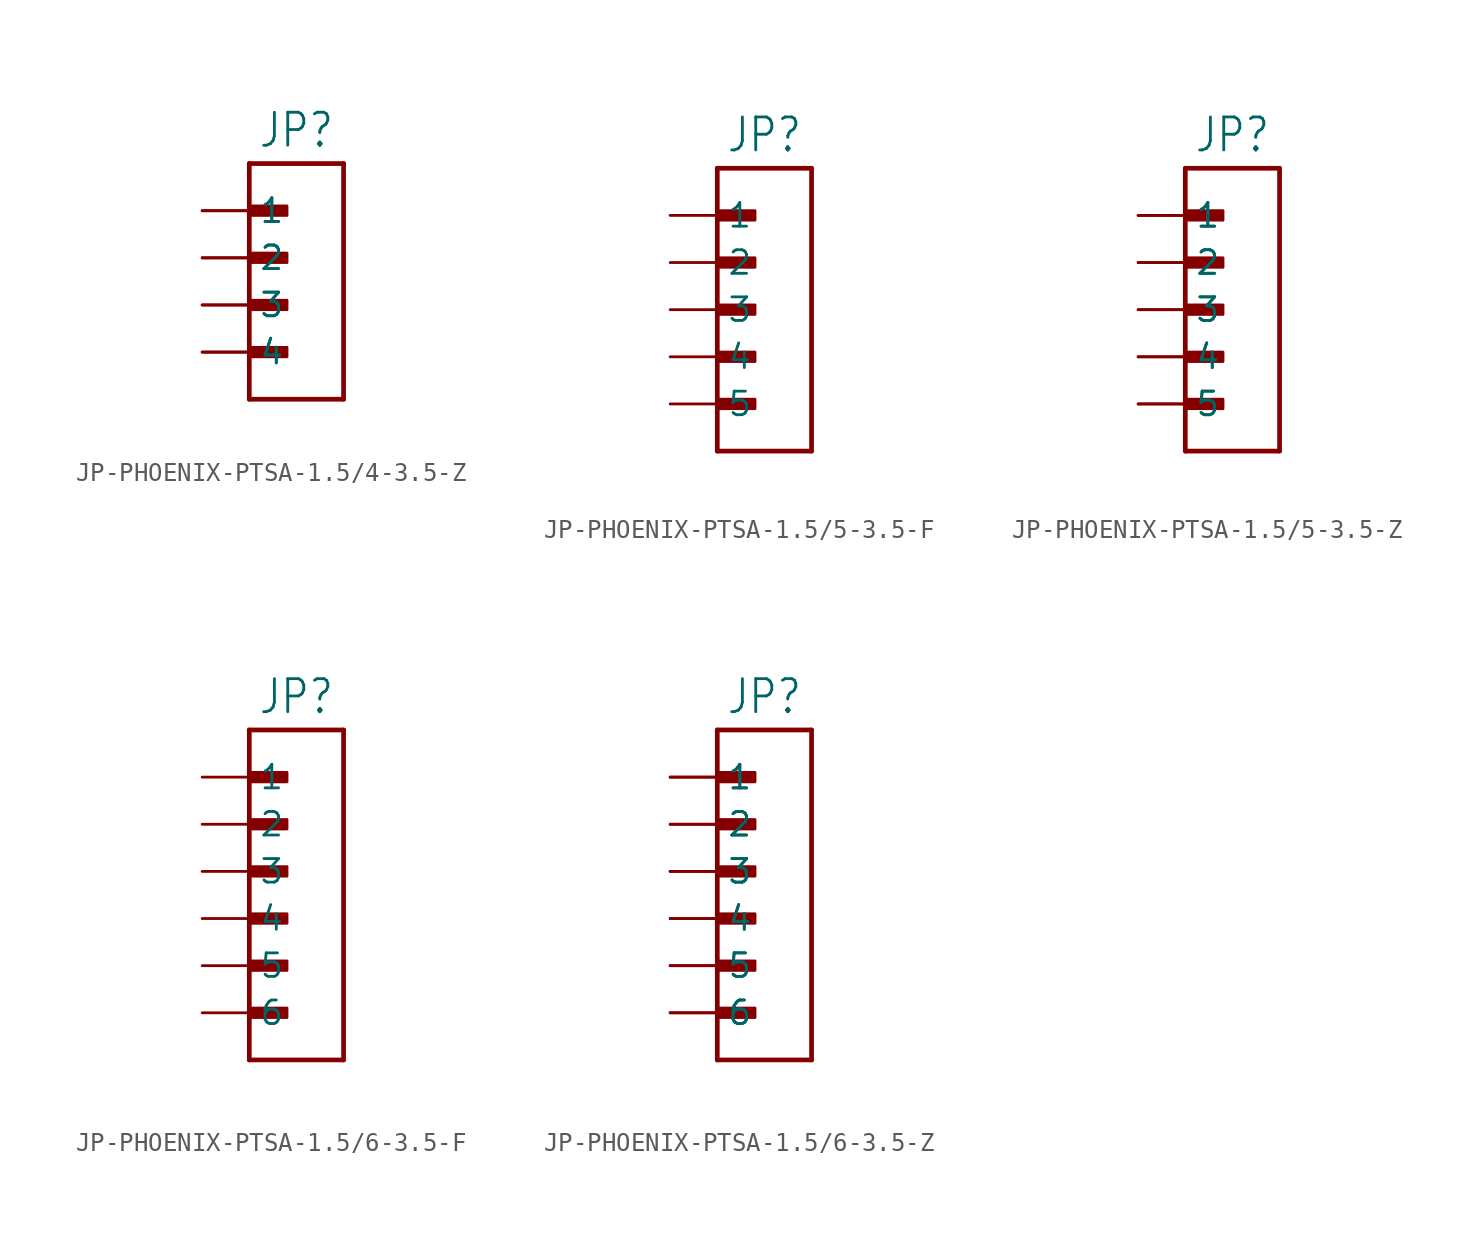
<source format=kicad_sym>
(kicad_symbol_lib
  (version 20231120)
  (generator "kicad_symbol_editor")
  (generator_version "8.0")
  (symbol "JP-PHOENIX-PTSA-1.5/4-3.5-Z"
    (property "Reference" "JP"
      (at 0 8.382 0)
      (effects (font (size 1.778 1.511)) (justify bottom)))
    (property "Value" ""
      (at 0 -5.842 0)
      (effects (font (size 1.778 1.511)) (justify top)))
    (property "ki_locked" ""
      (at 0 0 0)
      (effects (font (size 1.27 1.27))))
    (symbol "JP-PHOENIX-PTSA-1.5/4-3.5-Z_1_0"
      (rectangle (start -2.54 -2.794) (end -0.508 -2.286) (stroke (width 0) (type default)) (fill (type outline)))
      (rectangle (start -2.54 -0.254) (end -0.508 0.254) (stroke (width 0) (type default)) (fill (type outline)))
      (rectangle (start -2.54 2.286) (end -0.508 2.794) (stroke (width 0) (type default)) (fill (type outline)))
      (rectangle (start -2.54 4.826) (end -0.508 5.334) (stroke (width 0) (type default)) (fill (type outline)))
      (polyline (pts (xy -2.54 -5.08) (xy -2.54 7.62)) (stroke (width 0.254) (type solid)) (fill (type none)))
      (polyline (pts (xy -2.54 7.62) (xy 2.54 7.62)) (stroke (width 0.254) (type solid)) (fill (type none)))
      (polyline (pts (xy 2.54 -5.08) (xy -2.54 -5.08)) (stroke (width 0.254) (type solid)) (fill (type none)))
      (polyline (pts (xy 2.54 7.62) (xy 2.54 -5.08)) (stroke (width 0.254) (type solid)) (fill (type none)))
      (pin passive line (at -5.08 5.08 0) (length 2.54) (name "1" (effects (font (size 1.27 1.27)))) (number "1A" (effects (font (size 0 0)))))
      (pin passive line (at -5.08 5.08 0) (length 2.54) (name "1" (effects (font (size 1.27 1.27)))) (number "1B" (effects (font (size 0 0)))))
      (pin passive line (at -5.08 2.54 0) (length 2.54) (name "2" (effects (font (size 1.27 1.27)))) (number "2A" (effects (font (size 0 0)))))
      (pin passive line (at -5.08 2.54 0) (length 2.54) (name "2" (effects (font (size 1.27 1.27)))) (number "2B" (effects (font (size 0 0)))))
      (pin passive line (at -5.08 0 0) (length 2.54) (name "3" (effects (font (size 1.27 1.27)))) (number "3A" (effects (font (size 0 0)))))
      (pin passive line (at -5.08 0 0) (length 2.54) (name "3" (effects (font (size 1.27 1.27)))) (number "3B" (effects (font (size 0 0)))))
      (pin passive line (at -5.08 -2.54 0) (length 2.54) (name "4" (effects (font (size 1.27 1.27)))) (number "4A" (effects (font (size 0 0)))))
      (pin passive line (at -5.08 -2.54 0) (length 2.54) (name "4" (effects (font (size 1.27 1.27)))) (number "4B" (effects (font (size 0 0)))))))
  (symbol "JP-PHOENIX-PTSA-1.5/5-3.5-F"
    (property "Reference" "JP"
      (at 0 8.382 0)
      (effects (font (size 1.778 1.511)) (justify bottom)))
    (property "Value" ""
      (at 0 -8.382 0)
      (effects (font (size 1.778 1.511)) (justify top)))
    (property "ki_locked" ""
      (at 0 0 0)
      (effects (font (size 1.27 1.27))))
    (symbol "JP-PHOENIX-PTSA-1.5/5-3.5-F_1_0"
      (rectangle (start -2.54 -5.334) (end -0.508 -4.826) (stroke (width 0) (type default)) (fill (type outline)))
      (rectangle (start -2.54 -2.794) (end -0.508 -2.286) (stroke (width 0) (type default)) (fill (type outline)))
      (rectangle (start -2.54 -0.254) (end -0.508 0.254) (stroke (width 0) (type default)) (fill (type outline)))
      (rectangle (start -2.54 2.286) (end -0.508 2.794) (stroke (width 0) (type default)) (fill (type outline)))
      (rectangle (start -2.54 4.826) (end -0.508 5.334) (stroke (width 0) (type default)) (fill (type outline)))
      (polyline (pts (xy -2.54 -7.62) (xy -2.54 7.62)) (stroke (width 0.254) (type solid)) (fill (type none)))
      (polyline (pts (xy -2.54 7.62) (xy 2.54 7.62)) (stroke (width 0.254) (type solid)) (fill (type none)))
      (polyline (pts (xy 2.54 -7.62) (xy -2.54 -7.62)) (stroke (width 0.254) (type solid)) (fill (type none)))
      (polyline (pts (xy 2.54 7.62) (xy 2.54 -7.62)) (stroke (width 0.254) (type solid)) (fill (type none)))
      (pin passive line (at -5.08 5.08 0) (length 2.54) (name "1" (effects (font (size 1.27 1.27)))) (number "1" (effects (font (size 0 0)))))
      (pin passive line (at -5.08 2.54 0) (length 2.54) (name "2" (effects (font (size 1.27 1.27)))) (number "2" (effects (font (size 0 0)))))
      (pin passive line (at -5.08 0 0) (length 2.54) (name "3" (effects (font (size 1.27 1.27)))) (number "3" (effects (font (size 0 0)))))
      (pin passive line (at -5.08 -2.54 0) (length 2.54) (name "4" (effects (font (size 1.27 1.27)))) (number "4" (effects (font (size 0 0)))))
      (pin passive line (at -5.08 -5.08 0) (length 2.54) (name "5" (effects (font (size 1.27 1.27)))) (number "5" (effects (font (size 0 0)))))))
  (symbol "JP-PHOENIX-PTSA-1.5/5-3.5-Z"
    (property "Reference" "JP"
      (at 0 8.382 0)
      (effects (font (size 1.778 1.511)) (justify bottom)))
    (property "Value" ""
      (at 0 -8.382 0)
      (effects (font (size 1.778 1.511)) (justify top)))
    (property "ki_locked" ""
      (at 0 0 0)
      (effects (font (size 1.27 1.27))))
    (symbol "JP-PHOENIX-PTSA-1.5/5-3.5-Z_1_0"
      (rectangle (start -2.54 -5.334) (end -0.508 -4.826) (stroke (width 0) (type default)) (fill (type outline)))
      (rectangle (start -2.54 -2.794) (end -0.508 -2.286) (stroke (width 0) (type default)) (fill (type outline)))
      (rectangle (start -2.54 -0.254) (end -0.508 0.254) (stroke (width 0) (type default)) (fill (type outline)))
      (rectangle (start -2.54 2.286) (end -0.508 2.794) (stroke (width 0) (type default)) (fill (type outline)))
      (rectangle (start -2.54 4.826) (end -0.508 5.334) (stroke (width 0) (type default)) (fill (type outline)))
      (polyline (pts (xy -2.54 -7.62) (xy -2.54 7.62)) (stroke (width 0.254) (type solid)) (fill (type none)))
      (polyline (pts (xy -2.54 7.62) (xy 2.54 7.62)) (stroke (width 0.254) (type solid)) (fill (type none)))
      (polyline (pts (xy 2.54 -7.62) (xy -2.54 -7.62)) (stroke (width 0.254) (type solid)) (fill (type none)))
      (polyline (pts (xy 2.54 7.62) (xy 2.54 -7.62)) (stroke (width 0.254) (type solid)) (fill (type none)))
      (pin passive line (at -5.08 5.08 0) (length 2.54) (name "1" (effects (font (size 1.27 1.27)))) (number "1A" (effects (font (size 0 0)))))
      (pin passive line (at -5.08 5.08 0) (length 2.54) (name "1" (effects (font (size 1.27 1.27)))) (number "1B" (effects (font (size 0 0)))))
      (pin passive line (at -5.08 2.54 0) (length 2.54) (name "2" (effects (font (size 1.27 1.27)))) (number "2A" (effects (font (size 0 0)))))
      (pin passive line (at -5.08 2.54 0) (length 2.54) (name "2" (effects (font (size 1.27 1.27)))) (number "2B" (effects (font (size 0 0)))))
      (pin passive line (at -5.08 0 0) (length 2.54) (name "3" (effects (font (size 1.27 1.27)))) (number "3A" (effects (font (size 0 0)))))
      (pin passive line (at -5.08 0 0) (length 2.54) (name "3" (effects (font (size 1.27 1.27)))) (number "3B" (effects (font (size 0 0)))))
      (pin passive line (at -5.08 -2.54 0) (length 2.54) (name "4" (effects (font (size 1.27 1.27)))) (number "4A" (effects (font (size 0 0)))))
      (pin passive line (at -5.08 -2.54 0) (length 2.54) (name "4" (effects (font (size 1.27 1.27)))) (number "4B" (effects (font (size 0 0)))))
      (pin passive line (at -5.08 -5.08 0) (length 2.54) (name "5" (effects (font (size 1.27 1.27)))) (number "5A" (effects (font (size 0 0)))))
      (pin passive line (at -5.08 -5.08 0) (length 2.54) (name "5" (effects (font (size 1.27 1.27)))) (number "5B" (effects (font (size 0 0)))))))
  (symbol "JP-PHOENIX-PTSA-1.5/6-3.5-F"
    (property "Reference" "JP"
      (at 0 8.382 0)
      (effects (font (size 1.778 1.511)) (justify bottom)))
    (property "Value" ""
      (at 0 -10.922 0)
      (effects (font (size 1.778 1.511)) (justify top)))
    (property "ki_locked" ""
      (at 0 0 0)
      (effects (font (size 1.27 1.27))))
    (symbol "JP-PHOENIX-PTSA-1.5/6-3.5-F_1_0"
      (rectangle (start -2.54 -7.874) (end -0.508 -7.366) (stroke (width 0) (type default)) (fill (type outline)))
      (rectangle (start -2.54 -5.334) (end -0.508 -4.826) (stroke (width 0) (type default)) (fill (type outline)))
      (rectangle (start -2.54 -2.794) (end -0.508 -2.286) (stroke (width 0) (type default)) (fill (type outline)))
      (rectangle (start -2.54 -0.254) (end -0.508 0.254) (stroke (width 0) (type default)) (fill (type outline)))
      (rectangle (start -2.54 2.286) (end -0.508 2.794) (stroke (width 0) (type default)) (fill (type outline)))
      (rectangle (start -2.54 4.826) (end -0.508 5.334) (stroke (width 0) (type default)) (fill (type outline)))
      (polyline (pts (xy -2.54 -10.16) (xy -2.54 7.62)) (stroke (width 0.254) (type solid)) (fill (type none)))
      (polyline (pts (xy -2.54 7.62) (xy 2.54 7.62)) (stroke (width 0.254) (type solid)) (fill (type none)))
      (polyline (pts (xy 2.54 -10.16) (xy -2.54 -10.16)) (stroke (width 0.254) (type solid)) (fill (type none)))
      (polyline (pts (xy 2.54 7.62) (xy 2.54 -10.16)) (stroke (width 0.254) (type solid)) (fill (type none)))
      (pin passive line (at -5.08 5.08 0) (length 2.54) (name "1" (effects (font (size 1.27 1.27)))) (number "1" (effects (font (size 0 0)))))
      (pin passive line (at -5.08 2.54 0) (length 2.54) (name "2" (effects (font (size 1.27 1.27)))) (number "2" (effects (font (size 0 0)))))
      (pin passive line (at -5.08 0 0) (length 2.54) (name "3" (effects (font (size 1.27 1.27)))) (number "3" (effects (font (size 0 0)))))
      (pin passive line (at -5.08 -2.54 0) (length 2.54) (name "4" (effects (font (size 1.27 1.27)))) (number "4" (effects (font (size 0 0)))))
      (pin passive line (at -5.08 -5.08 0) (length 2.54) (name "5" (effects (font (size 1.27 1.27)))) (number "5" (effects (font (size 0 0)))))
      (pin passive line (at -5.08 -7.62 0) (length 2.54) (name "6" (effects (font (size 1.27 1.27)))) (number "6" (effects (font (size 0 0)))))))
  (symbol "JP-PHOENIX-PTSA-1.5/6-3.5-Z"
    (property "Reference" "JP"
      (at 0 8.382 0)
      (effects (font (size 1.778 1.511)) (justify bottom)))
    (property "Value" ""
      (at 0 -10.922 0)
      (effects (font (size 1.778 1.511)) (justify top)))
    (property "ki_locked" ""
      (at 0 0 0)
      (effects (font (size 1.27 1.27))))
    (symbol "JP-PHOENIX-PTSA-1.5/6-3.5-Z_1_0"
      (rectangle (start -2.54 -7.874) (end -0.508 -7.366) (stroke (width 0) (type default)) (fill (type outline)))
      (rectangle (start -2.54 -5.334) (end -0.508 -4.826) (stroke (width 0) (type default)) (fill (type outline)))
      (rectangle (start -2.54 -2.794) (end -0.508 -2.286) (stroke (width 0) (type default)) (fill (type outline)))
      (rectangle (start -2.54 -0.254) (end -0.508 0.254) (stroke (width 0) (type default)) (fill (type outline)))
      (rectangle (start -2.54 2.286) (end -0.508 2.794) (stroke (width 0) (type default)) (fill (type outline)))
      (rectangle (start -2.54 4.826) (end -0.508 5.334) (stroke (width 0) (type default)) (fill (type outline)))
      (polyline (pts (xy -2.54 -10.16) (xy -2.54 7.62)) (stroke (width 0.254) (type solid)) (fill (type none)))
      (polyline (pts (xy -2.54 7.62) (xy 2.54 7.62)) (stroke (width 0.254) (type solid)) (fill (type none)))
      (polyline (pts (xy 2.54 -10.16) (xy -2.54 -10.16)) (stroke (width 0.254) (type solid)) (fill (type none)))
      (polyline (pts (xy 2.54 7.62) (xy 2.54 -10.16)) (stroke (width 0.254) (type solid)) (fill (type none)))
      (pin passive line (at -5.08 5.08 0) (length 2.54) (name "1" (effects (font (size 1.27 1.27)))) (number "1A" (effects (font (size 0 0)))))
      (pin passive line (at -5.08 5.08 0) (length 2.54) (name "1" (effects (font (size 1.27 1.27)))) (number "1B" (effects (font (size 0 0)))))
      (pin passive line (at -5.08 2.54 0) (length 2.54) (name "2" (effects (font (size 1.27 1.27)))) (number "2A" (effects (font (size 0 0)))))
      (pin passive line (at -5.08 2.54 0) (length 2.54) (name "2" (effects (font (size 1.27 1.27)))) (number "2B" (effects (font (size 0 0)))))
      (pin passive line (at -5.08 0 0) (length 2.54) (name "3" (effects (font (size 1.27 1.27)))) (number "3A" (effects (font (size 0 0)))))
      (pin passive line (at -5.08 0 0) (length 2.54) (name "3" (effects (font (size 1.27 1.27)))) (number "3B" (effects (font (size 0 0)))))
      (pin passive line (at -5.08 -2.54 0) (length 2.54) (name "4" (effects (font (size 1.27 1.27)))) (number "4A" (effects (font (size 0 0)))))
      (pin passive line (at -5.08 -2.54 0) (length 2.54) (name "4" (effects (font (size 1.27 1.27)))) (number "4B" (effects (font (size 0 0)))))
      (pin passive line (at -5.08 -5.08 0) (length 2.54) (name "5" (effects (font (size 1.27 1.27)))) (number "5A" (effects (font (size 0 0)))))
      (pin passive line (at -5.08 -5.08 0) (length 2.54) (name "5" (effects (font (size 1.27 1.27)))) (number "5B" (effects (font (size 0 0)))))
      (pin passive line (at -5.08 -7.62 0) (length 2.54) (name "6" (effects (font (size 1.27 1.27)))) (number "6A" (effects (font (size 0 0)))))
      (pin passive line (at -5.08 -7.62 0) (length 2.54) (name "6" (effects (font (size 1.27 1.27)))) (number "6B" (effects (font (size 0 0))))))))
</source>
